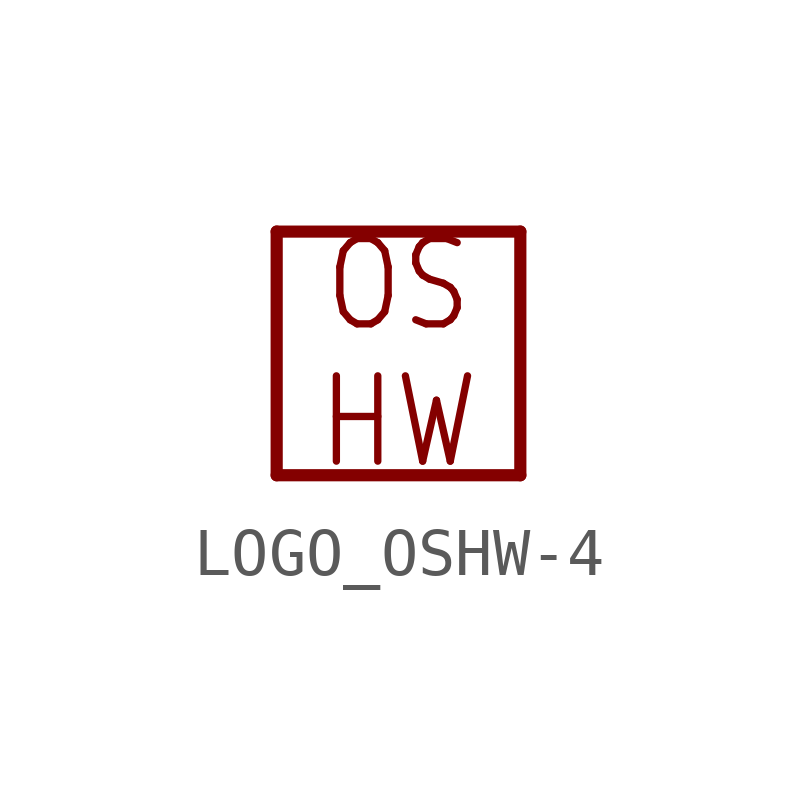
<source format=kicad_sym>
(kicad_symbol_lib
  (version 20231120)
  (generator "kicad_symbol_editor")
  (generator_version "8.0")
  (symbol "LOGO_OSHW-4"
    (property "Reference" "LOGO"
      (at 0 0 0)
      (effects (font (size 1.27 1.27)) (hide yes)))
    (property "ki_locked" ""
      (at 0 0 0)
      (effects (font (size 1.27 1.27))))
    (symbol "LOGO_OSHW-4_1_0"
      (polyline (pts (xy -2.54 -2.54) (xy -2.54 2.54)) (stroke (width 0.254) (type solid)) (fill (type none)))
      (polyline (pts (xy -2.54 2.54) (xy 2.54 2.54)) (stroke (width 0.254) (type solid)) (fill (type none)))
      (polyline (pts (xy 2.54 -2.54) (xy -2.54 -2.54)) (stroke (width 0.254) (type solid)) (fill (type none)))
      (polyline (pts (xy 2.54 2.54) (xy 2.54 -2.54)) (stroke (width 0.254) (type solid)) (fill (type none)))
      (text "OS\nHW" (at 0 0 0) (effects (font (size 1.778 1.511)))))))
</source>
